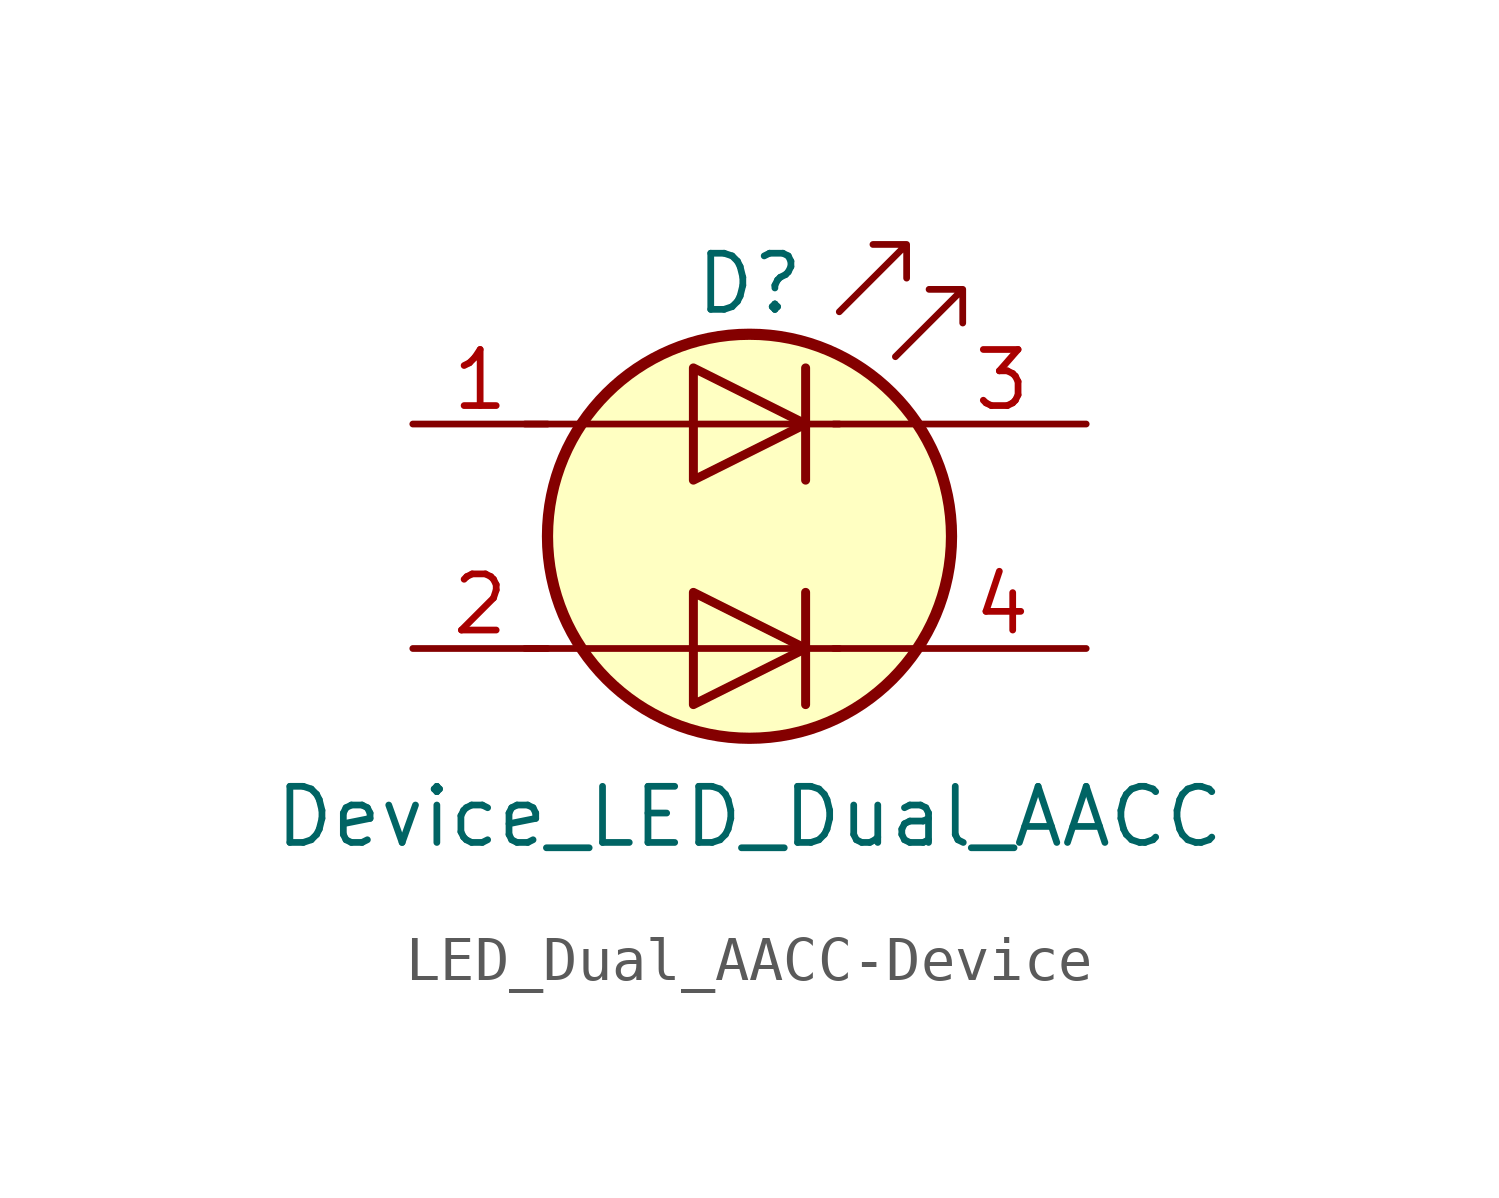
<source format=kicad_sym>
(kicad_symbol_lib
  (version 20231120)
  (generator "kicad_symbol_editor")
  (generator_version "8.0")
  (symbol "LED_Dual_AACC-Device"
    (pin_names
      (offset 0) hide)
    (property "Reference" "D"
      (at 0 5.715 0)
      (effects (font (size 1.27 1.27))))
    (property "Value" "Device_LED_Dual_AACC"
      (at 0 -6.35 0)
      (effects (font (size 1.27 1.27))))
    (symbol "LED_Dual_AACC-Device_0_1"
      (polyline (pts (xy -5.08 -2.54) (xy 2.032 -2.54)) (stroke (width 0) (type solid)) (fill (type none)))
      (polyline (pts (xy -5.08 2.54) (xy 2.032 2.54)) (stroke (width 0) (type solid)) (fill (type none)))
      (polyline (pts (xy 1.27 -1.27) (xy 1.27 -3.81)) (stroke (width 0.203) (type solid)) (fill (type none)))
      (polyline (pts (xy 1.27 3.81) (xy 1.27 1.27)) (stroke (width 0.203) (type solid)) (fill (type none)))
      (polyline (pts (xy 3.81 -2.54) (xy 1.905 -2.54)) (stroke (width 0) (type solid)) (fill (type none)))
      (polyline (pts (xy 3.81 2.54) (xy 1.905 2.54)) (stroke (width 0) (type solid)) (fill (type none)))
      (polyline (pts (xy -1.27 -1.27) (xy -1.27 -3.81) (xy 1.27 -2.54) (xy -1.27 -1.27)) (stroke (width 0.203) (type solid)) (fill (type none)))
      (polyline (pts (xy -1.27 3.81) (xy -1.27 1.27) (xy 1.27 2.54) (xy -1.27 3.81)) (stroke (width 0.203) (type solid)) (fill (type none)))
      (polyline (pts (xy 2.032 5.08) (xy 3.556 6.604) (xy 2.794 6.604) (xy 3.556 6.604) (xy 3.556 5.842)) (stroke (width 0) (type solid)) (fill (type none)))
      (polyline (pts (xy 3.302 4.064) (xy 4.826 5.588) (xy 4.064 5.588) (xy 4.826 5.588) (xy 4.826 4.826)) (stroke (width 0) (type solid)) (fill (type none)))
      (circle (center 0 0) (radius 4.572) (stroke (width 0.254) (type solid)) (fill (type background))))
    (symbol "LED_Dual_AACC-Device_1_1"
      (pin input line (at -7.62 2.54 0) (length 3.048) (name "A1" (effects (font (size 1.27 1.27)))) (number "1" (effects (font (size 1.27 1.27)))))
      (pin input line (at -7.62 -2.54 0) (length 3.048) (name "A2" (effects (font (size 1.27 1.27)))) (number "2" (effects (font (size 1.27 1.27)))))
      (pin input line (at 7.62 2.54 180) (length 3.81) (name "K1" (effects (font (size 1.27 1.27)))) (number "3" (effects (font (size 1.27 1.27)))))
      (pin input line (at 7.62 -2.54 180) (length 3.81) (name "K2" (effects (font (size 1.27 1.27)))) (number "4" (effects (font (size 1.27 1.27))))))))
</source>
